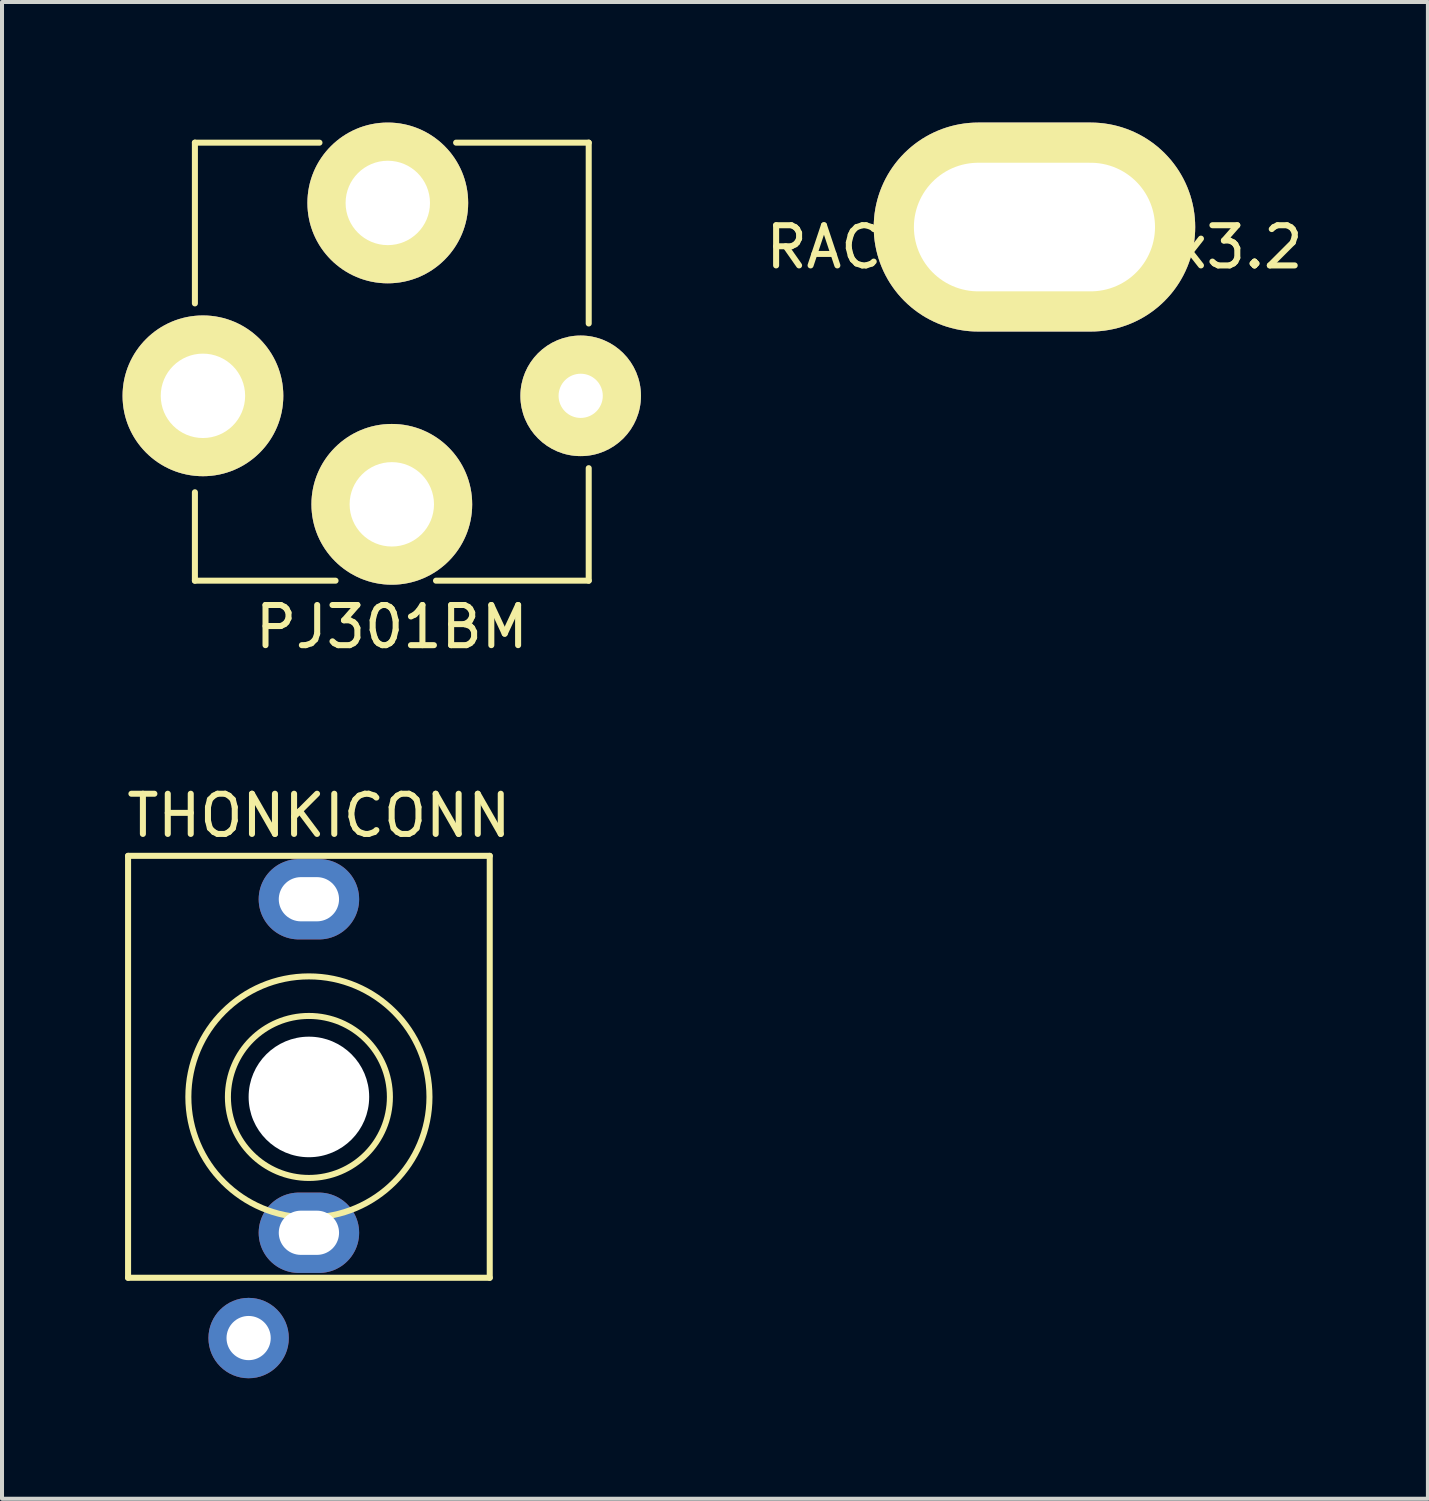
<source format=kicad_pcb>
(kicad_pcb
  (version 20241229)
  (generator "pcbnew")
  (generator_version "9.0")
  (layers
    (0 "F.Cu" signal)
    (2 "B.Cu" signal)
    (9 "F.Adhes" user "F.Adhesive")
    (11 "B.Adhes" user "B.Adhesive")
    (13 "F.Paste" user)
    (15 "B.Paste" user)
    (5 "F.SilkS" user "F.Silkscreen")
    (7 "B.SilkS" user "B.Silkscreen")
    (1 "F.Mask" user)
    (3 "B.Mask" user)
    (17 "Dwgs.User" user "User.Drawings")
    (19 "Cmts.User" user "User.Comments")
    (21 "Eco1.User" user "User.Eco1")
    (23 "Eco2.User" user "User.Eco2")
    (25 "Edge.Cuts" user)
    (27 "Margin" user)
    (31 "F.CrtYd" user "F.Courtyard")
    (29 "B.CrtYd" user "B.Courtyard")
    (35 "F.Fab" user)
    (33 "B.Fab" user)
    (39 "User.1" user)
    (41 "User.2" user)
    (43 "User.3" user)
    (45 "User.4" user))
  (footprint "RACK_HOLE_6x3.2"
    (layer "F.Cu")
    (at 22.692 2.6)
    (property "Reference" "RACK_HOLE_6x3.2" (at 0 0.5 0) (layer "F.SilkS") (effects (font (size 1 1) (thickness 0.15))))
    (attr through_hole)
    (pad "1" thru_hole oval (at 0 0) (size 8 5.2) (drill oval 6 3.2) (layers "*.Cu" "*.Mask" "F.SilkS")))
  (footprint "PJ301BM"
    (layer "F.Cu")
    (at 6.7 6.2)
    (property "Reference" "PJ301BM" (at 0 6.35 0) (layer "F.SilkS") (effects (font (size 1 1) (thickness 0.15))))
    (attr through_hole)
    (fp_line (start -4.9 -5.7) (end -4.9 -1.7) (stroke (width 0.15) (type solid)) (layer "F.SilkS"))
    (fp_line (start -4.9 -5.7) (end -1.8 -5.7) (stroke (width 0.15) (type solid)) (layer "F.SilkS"))
    (fp_line (start -4.9 5.2) (end -4.9 3) (stroke (width 0.15) (type solid)) (layer "F.SilkS"))
    (fp_line (start -4.9 5.2) (end -1.4 5.2) (stroke (width 0.15) (type solid)) (layer "F.SilkS"))
    (fp_line (start 4.9 -5.7) (end 1.6 -5.7) (stroke (width 0.15) (type solid)) (layer "F.SilkS"))
    (fp_line (start 4.9 -5.7) (end 4.9 -1.2) (stroke (width 0.15) (type solid)) (layer "F.SilkS"))
    (fp_line (start 4.9 5.2) (end 1.1 5.2) (stroke (width 0.15) (type solid)) (layer "F.SilkS"))
    (fp_line (start 4.9 5.2) (end 4.9 2.4) (stroke (width 0.15) (type solid)) (layer "F.SilkS"))
    (pad "1" thru_hole circle (at 4.7 0.6) (size 3 3) (drill 1.1) (layers "*.Cu" "*.Mask" "F.SilkS"))
    (pad "2" thru_hole circle (at -4.7 0.6) (size 4 4) (drill 2.1) (layers "*.Cu" "*.Mask" "F.SilkS"))
    (pad "3" thru_hole circle (at 0 3.3) (size 4 4) (drill 2.1) (layers "*.Cu" "*.Mask" "F.SilkS"))
    (pad "4" thru_hole circle (at -0.1 -4.2) (size 4 4) (drill 2.1) (layers "*.Cu" "*.Mask" "F.SilkS")))
  (footprint "THONKICONN"
    (layer "F.Cu")
    (at 4.637 24.247)
    (property "Reference" "THONKICONN" (at 0.25 -7 0) (layer "F.SilkS") (effects (font (size 1 1) (thickness 0.15))))
    (attr through_hole)
    (fp_line (start -4.5 -6) (end -4.5 4.5) (stroke (width 0.15) (type solid)) (layer "F.SilkS"))
    (fp_line (start -4.5 4.5) (end 4.5 4.5) (stroke (width 0.15) (type solid)) (layer "F.SilkS"))
    (fp_line (start 4.5 -6) (end -4.5 -6) (stroke (width 0.15) (type solid)) (layer "F.SilkS"))
    (fp_line (start 4.5 4.5) (end 4.5 -6) (stroke (width 0.15) (type solid)) (layer "F.SilkS"))
    (fp_circle (center 0 0) (end 2 -0.25) (stroke (width 0.15) (type solid)) (fill no) (layer "F.SilkS"))
    (fp_circle (center 0 0) (end 3 0) (stroke (width 0.15) (type solid)) (fill no) (layer "F.SilkS"))
    (pad "" np_thru_hole circle (at 0 0) (size 3 3) (drill 3) (layers "*.Cu" "*.Mask"))
    (pad "1" thru_hole circle (at -1.5 6) (size 2 2) (drill 1.1) (layers "*.Cu" "*.Mask"))
    (pad "2" thru_hole oval (at 0 3.38) (size 2.5 2) (drill oval 1.5 1.1) (layers "*.Cu" "*.Mask"))
    (pad "3" thru_hole oval (at 0 -4.92) (size 2.5 2) (drill oval 1.5 1.1) (layers "*.Cu" "*.Mask")))
  (gr_rect
    (start -3 -3)
    (end 32.483 34.246)
    (stroke (width 0.1) (type default))
    (fill no)
    (layer "Edge.Cuts")))
</source>
